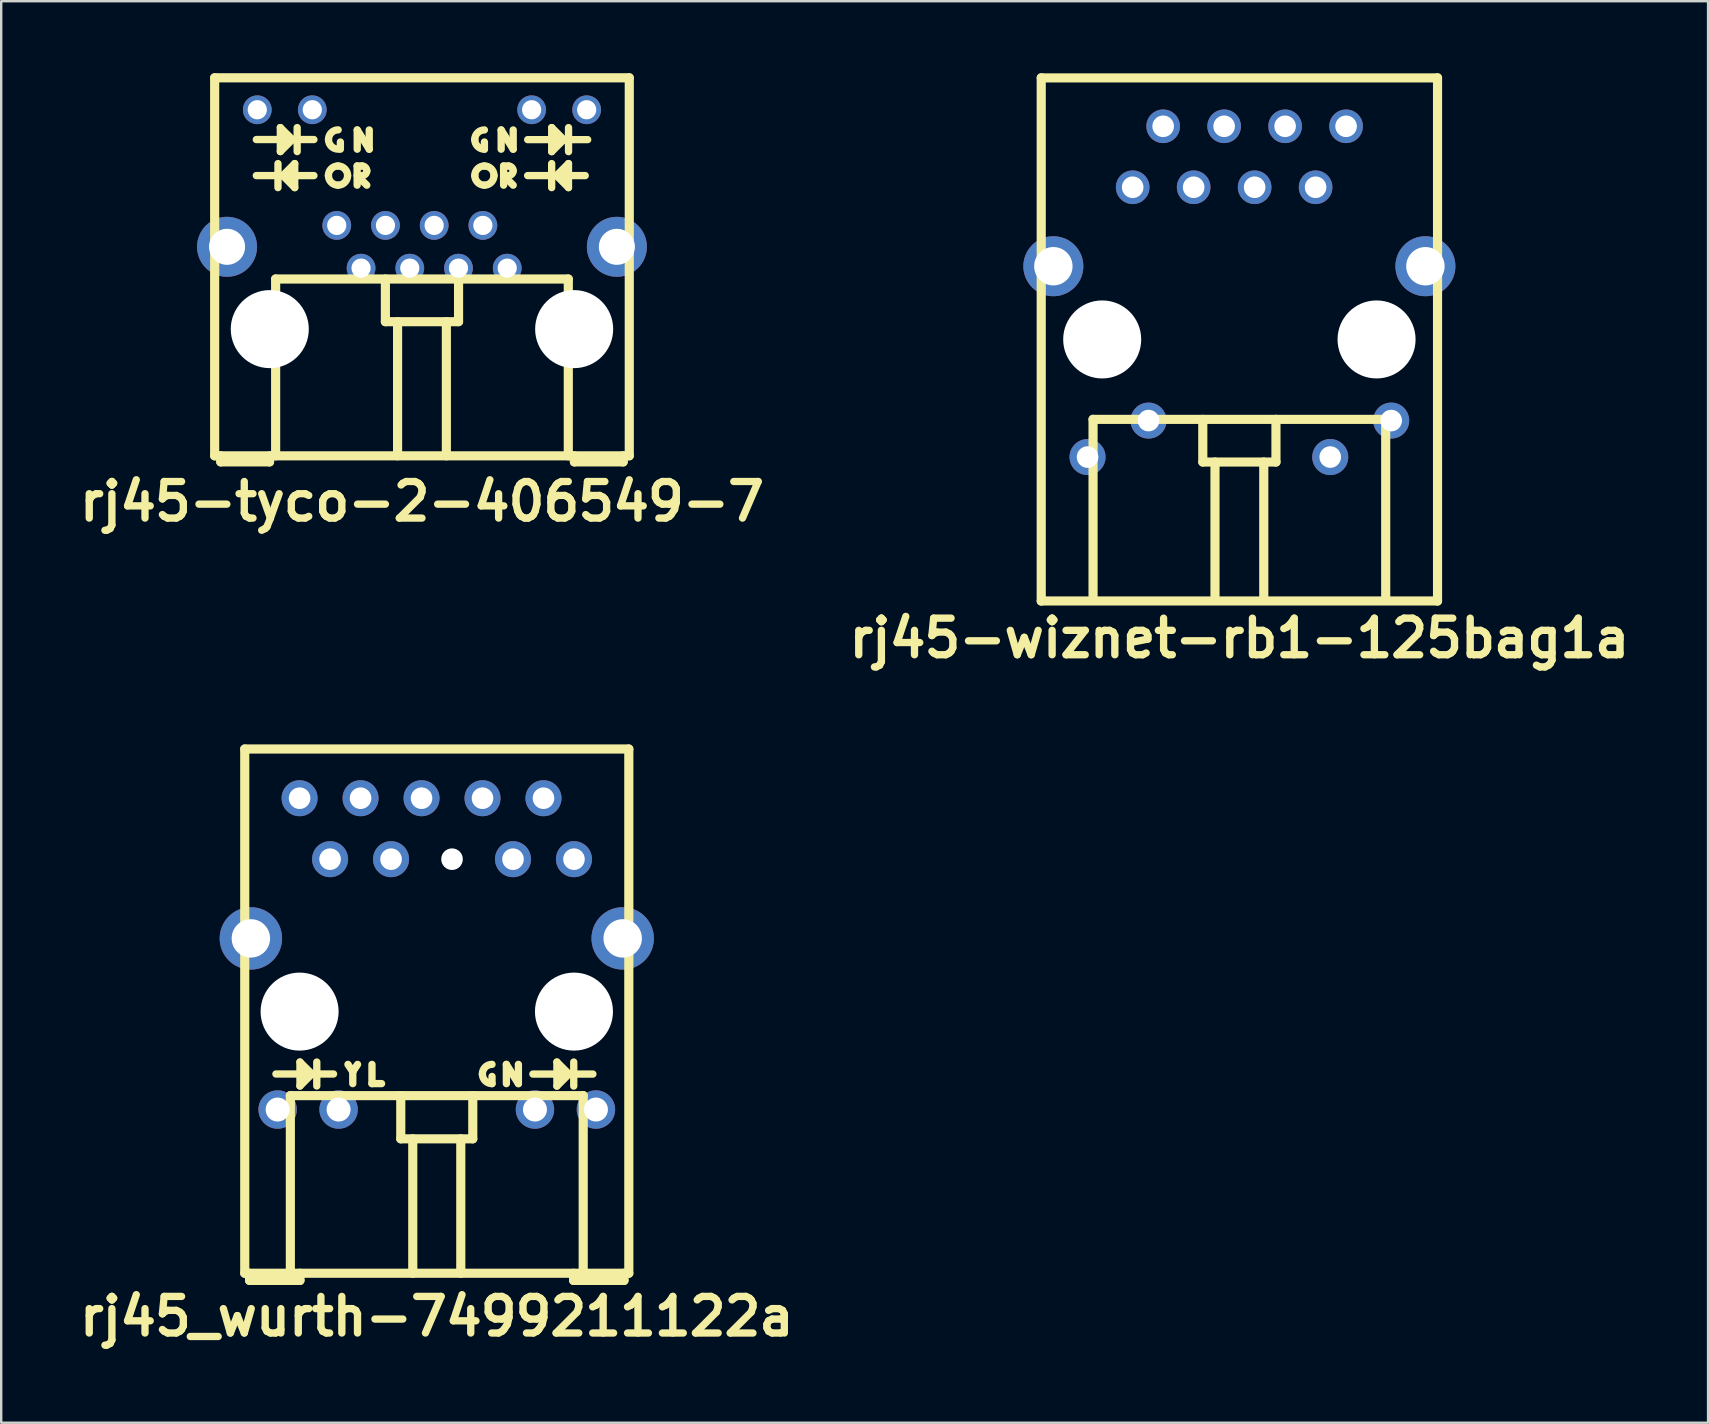
<source format=kicad_pcb>
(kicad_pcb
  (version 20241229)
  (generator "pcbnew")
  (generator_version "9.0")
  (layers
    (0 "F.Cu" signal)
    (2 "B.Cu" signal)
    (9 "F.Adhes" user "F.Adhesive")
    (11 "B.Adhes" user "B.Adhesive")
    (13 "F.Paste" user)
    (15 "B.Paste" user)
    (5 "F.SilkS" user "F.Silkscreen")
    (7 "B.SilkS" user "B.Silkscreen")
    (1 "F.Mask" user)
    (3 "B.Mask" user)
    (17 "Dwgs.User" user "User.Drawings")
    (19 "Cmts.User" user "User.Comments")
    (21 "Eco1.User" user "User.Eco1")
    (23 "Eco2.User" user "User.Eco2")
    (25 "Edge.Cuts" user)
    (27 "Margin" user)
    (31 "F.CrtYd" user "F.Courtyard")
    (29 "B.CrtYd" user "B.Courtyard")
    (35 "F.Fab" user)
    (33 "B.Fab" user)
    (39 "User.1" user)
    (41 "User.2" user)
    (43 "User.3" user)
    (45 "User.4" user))
  (footprint "rj45_wurth-7499211122a"
    (layer "F.Cu")
    (at 15.146 39.093)
    (property "Reference" "rj45_wurth-7499211122a" (at 0 12.7 0) (layer "F.SilkS") (effects (font (size 1.524 1.524) (thickness 0.305))))
    (attr through_hole)
    (fp_line (start -8 -10.94) (end 8 -10.94) (stroke (width 0.381) (type solid)) (layer "F.SilkS"))
    (fp_line (start -8 10.9) (end -8 -10.94) (stroke (width 0.381) (type solid)) (layer "F.SilkS"))
    (fp_line (start -7.8 11.2) (end -7.8 10.9) (stroke (width 0.381) (type solid)) (layer "F.SilkS"))
    (fp_line (start -7.8 11.2) (end -5.7 11.2) (stroke (width 0.381) (type solid)) (layer "F.SilkS"))
    (fp_line (start -6.701 2.599) (end -4.301 2.599) (stroke (width 0.305) (type solid)) (layer "F.SilkS"))
    (fp_line (start -6.1 3.5) (end 6.1 3.5) (stroke (width 0.381) (type solid)) (layer "F.SilkS"))
    (fp_line (start -6.1 10.9) (end -6.1 3.5) (stroke (width 0.381) (type solid)) (layer "F.SilkS"))
    (fp_line (start -5.7 2.101) (end -5.7 3.099) (stroke (width 0.305) (type solid)) (layer "F.SilkS"))
    (fp_line (start -5.7 3.099) (end -5.2 2.599) (stroke (width 0.305) (type solid)) (layer "F.SilkS"))
    (fp_line (start -5.7 11.2) (end -5.7 10.9) (stroke (width 0.381) (type solid)) (layer "F.SilkS"))
    (fp_line (start -5.2 2.599) (end -5.7 2.101) (stroke (width 0.305) (type solid)) (layer "F.SilkS"))
    (fp_line (start -4.999 2.101) (end -4.999 3.099) (stroke (width 0.305) (type solid)) (layer "F.SilkS"))
    (fp_line (start -3.7 2.2) (end -3.5 2.5) (stroke (width 0.305) (type solid)) (layer "F.SilkS"))
    (fp_line (start -3.5 2.5) (end -3.5 3) (stroke (width 0.305) (type solid)) (layer "F.SilkS"))
    (fp_line (start -3.5 2.5) (end -3.3 2.2) (stroke (width 0.305) (type solid)) (layer "F.SilkS"))
    (fp_line (start -2.7 2.2) (end -2.7 3) (stroke (width 0.305) (type solid)) (layer "F.SilkS"))
    (fp_line (start -2.7 3) (end -2.3 3) (stroke (width 0.305) (type solid)) (layer "F.SilkS"))
    (fp_line (start -1.5 5.3) (end -1.5 3.5) (stroke (width 0.381) (type solid)) (layer "F.SilkS"))
    (fp_line (start -1 10.9) (end -1 5.3) (stroke (width 0.381) (type solid)) (layer "F.SilkS"))
    (fp_line (start 1 5.3) (end 1 10.9) (stroke (width 0.381) (type solid)) (layer "F.SilkS"))
    (fp_line (start 1.5 3.5) (end 1.5 5.3) (stroke (width 0.381) (type solid)) (layer "F.SilkS"))
    (fp_line (start 1.5 5.3) (end -1.5 5.3) (stroke (width 0.381) (type solid)) (layer "F.SilkS"))
    (fp_line (start 2.301 3) (end 2.301 2.701) (stroke (width 0.305) (type solid)) (layer "F.SilkS"))
    (fp_line (start 2.899 2.2) (end 3.4 3) (stroke (width 0.305) (type solid)) (layer "F.SilkS"))
    (fp_line (start 2.899 3) (end 2.899 2.2) (stroke (width 0.305) (type solid)) (layer "F.SilkS"))
    (fp_line (start 3.4 3) (end 3.4 2.2) (stroke (width 0.305) (type solid)) (layer "F.SilkS"))
    (fp_line (start 4.004 2.602) (end 6.504 2.602) (stroke (width 0.305) (type solid)) (layer "F.SilkS"))
    (fp_line (start 5.005 2.101) (end 5.505 2.602) (stroke (width 0.305) (type solid)) (layer "F.SilkS"))
    (fp_line (start 5.005 3.102) (end 5.005 2.101) (stroke (width 0.305) (type solid)) (layer "F.SilkS"))
    (fp_line (start 5.505 2.602) (end 5.005 3.102) (stroke (width 0.305) (type solid)) (layer "F.SilkS"))
    (fp_line (start 5.7 11.2) (end 5.7 10.9) (stroke (width 0.381) (type solid)) (layer "F.SilkS"))
    (fp_line (start 5.7 11.2) (end 7.8 11.2) (stroke (width 0.381) (type solid)) (layer "F.SilkS"))
    (fp_line (start 5.706 2.101) (end 5.706 3.102) (stroke (width 0.305) (type solid)) (layer "F.SilkS"))
    (fp_line (start 6.1 3.5) (end 6.1 10.9) (stroke (width 0.381) (type solid)) (layer "F.SilkS"))
    (fp_line (start 7.8 11.2) (end 7.8 10.9) (stroke (width 0.381) (type solid)) (layer "F.SilkS"))
    (fp_line (start 8 -10.94) (end 8 10.9) (stroke (width 0.381) (type solid)) (layer "F.SilkS"))
    (fp_line (start 8 10.9) (end -8 10.9) (stroke (width 0.381) (type solid)) (layer "F.SilkS"))
    (fp_arc (start 1.89964 2.59902) (mid 2.017184 2.315244) (end 2.30096 2.1977) (stroke (width 0.3048) (type solid)) (layer "F.SilkS"))
    (fp_arc (start 2.30096 3.00034) (mid 2.017184 2.882796) (end 1.89964 2.59902) (stroke (width 0.3048) (type solid)) (layer "F.SilkS"))
    (pad "" np_thru_hole circle (at -5.715 0) (size 3.25 3.25) (drill 3.25) (layers "*.Cu"))
    (pad "" np_thru_hole circle (at 0.635 -6.35) (size 0.9 0.9) (drill 0.9) (layers "*.Cu"))
    (pad "" np_thru_hole circle (at 5.715 0) (size 3.25 3.25) (drill 3.25) (layers "*.Cu"))
    (pad "1" thru_hole circle (at -5.715 -8.89) (size 1.5 1.5) (drill 0.9) (layers "*.Cu" "*.Mask"))
    (pad "2" thru_hole circle (at -4.445 -6.35) (size 1.5 1.5) (drill 0.9) (layers "*.Cu" "*.Mask"))
    (pad "3" thru_hole circle (at -3.175 -8.89) (size 1.5 1.5) (drill 0.9) (layers "*.Cu" "*.Mask"))
    (pad "4" thru_hole circle (at -1.905 -6.35) (size 1.5 1.5) (drill 0.9) (layers "*.Cu" "*.Mask"))
    (pad "5" thru_hole circle (at -0.635 -8.89) (size 1.5 1.5) (drill 0.9) (layers "*.Cu" "*.Mask"))
    (pad "7" thru_hole circle (at 1.905 -8.89) (size 1.5 1.5) (drill 0.9) (layers "*.Cu" "*.Mask"))
    (pad "8" thru_hole circle (at 3.175 -6.35) (size 1.5 1.5) (drill 0.9) (layers "*.Cu" "*.Mask"))
    (pad "9" thru_hole circle (at 4.445 -8.89) (size 1.5 1.5) (drill 0.9) (layers "*.Cu" "*.Mask"))
    (pad "10" thru_hole circle (at 5.715 -6.35) (size 1.5 1.5) (drill 0.9) (layers "*.Cu" "*.Mask"))
    (pad "11" thru_hole circle (at -6.63 4.08) (size 1.6 1.6) (drill 1) (layers "*.Cu" "*.Mask"))
    (pad "12" thru_hole circle (at -4.09 4.08) (size 1.6 1.6) (drill 1) (layers "*.Cu" "*.Mask"))
    (pad "13" thru_hole circle (at 4.09 4.08) (size 1.6 1.6) (drill 1) (layers "*.Cu" "*.Mask"))
    (pad "14" thru_hole circle (at 6.63 4.08) (size 1.6 1.6) (drill 1) (layers "*.Cu" "*.Mask"))
    (pad "15" thru_hole circle (at -7.745 -3.05) (size 2.6 2.6) (drill 1.6) (layers "*.Cu" "*.Mask"))
    (pad "15" thru_hole circle (at 7.745 -3.05) (size 2.6 2.6) (drill 1.6) (layers "*.Cu" "*.Mask")))
  (footprint "rj45-wiznet-rb1-125bag1a"
    (layer "F.Cu")
    (at 48.582 11.091)
    (property "Reference" "rj45-wiznet-rb1-125bag1a" (at 0 12.446 0) (layer "F.SilkS") (effects (font (size 1.524 1.524) (thickness 0.305))))
    (attr through_hole)
    (fp_line (start -8.255 -10.895) (end 8.255 -10.895) (stroke (width 0.381) (type solid)) (layer "F.SilkS"))
    (fp_line (start -8.255 10.895) (end 8.255 10.895) (stroke (width 0.381) (type solid)) (layer "F.SilkS"))
    (fp_line (start -8.255 10.9) (end -8.255 -10.9) (stroke (width 0.381) (type solid)) (layer "F.SilkS"))
    (fp_line (start -6.096 3.329) (end -6.096 10.695) (stroke (width 0.381) (type solid)) (layer "F.SilkS"))
    (fp_line (start -6.096 3.329) (end 6.096 3.329) (stroke (width 0.381) (type solid)) (layer "F.SilkS"))
    (fp_line (start -1.524 5.107) (end -1.524 3.329) (stroke (width 0.381) (type solid)) (layer "F.SilkS"))
    (fp_line (start -1.016 10.695) (end -1.016 5.107) (stroke (width 0.381) (type solid)) (layer "F.SilkS"))
    (fp_line (start 1.016 5.107) (end 1.016 10.695) (stroke (width 0.381) (type solid)) (layer "F.SilkS"))
    (fp_line (start 1.524 3.329) (end 1.524 5.107) (stroke (width 0.381) (type solid)) (layer "F.SilkS"))
    (fp_line (start 1.524 5.107) (end -1.524 5.107) (stroke (width 0.381) (type solid)) (layer "F.SilkS"))
    (fp_line (start 6.096 3.329) (end 6.096 10.695) (stroke (width 0.381) (type solid)) (layer "F.SilkS"))
    (fp_line (start 8.255 -10.9) (end 8.255 10.9) (stroke (width 0.381) (type solid)) (layer "F.SilkS"))
    (pad "" np_thru_hole circle (at -5.715 0) (size 3.25 3.25) (drill 3.25) (layers "*.Cu"))
    (pad "" np_thru_hole circle (at 5.715 0) (size 3.25 3.25) (drill 3.25) (layers "*.Cu"))
    (pad "1" thru_hole circle (at -4.445 -6.34) (size 1.4 1.4) (drill 0.9) (layers "*.Cu" "*.Mask"))
    (pad "2" thru_hole circle (at -3.175 -8.88) (size 1.4 1.4) (drill 0.9) (layers "*.Cu" "*.Mask"))
    (pad "3" thru_hole circle (at -1.905 -6.34) (size 1.4 1.4) (drill 0.9) (layers "*.Cu" "*.Mask"))
    (pad "4" thru_hole circle (at -0.635 -8.88) (size 1.4 1.4) (drill 0.9) (layers "*.Cu" "*.Mask"))
    (pad "5" thru_hole circle (at 0.635 -6.34) (size 1.4 1.4) (drill 0.9) (layers "*.Cu" "*.Mask"))
    (pad "6" thru_hole circle (at 1.905 -8.88) (size 1.4 1.4) (drill 0.9) (layers "*.Cu" "*.Mask"))
    (pad "7" thru_hole circle (at 3.175 -6.34) (size 1.4 1.4) (drill 0.9) (layers "*.Cu" "*.Mask"))
    (pad "8" thru_hole circle (at 4.445 -8.88) (size 1.4 1.4) (drill 0.9) (layers "*.Cu" "*.Mask"))
    (pad "9" thru_hole circle (at 6.325 3.38) (size 1.5 1.5) (drill 0.9) (layers "*.Cu" "*.Mask"))
    (pad "10" thru_hole circle (at 3.785 4.9) (size 1.5 1.5) (drill 0.9) (layers "*.Cu" "*.Mask"))
    (pad "11" thru_hole circle (at -3.785 3.38) (size 1.5 1.5) (drill 0.9) (layers "*.Cu" "*.Mask"))
    (pad "12" thru_hole circle (at -6.325 4.9) (size 1.5 1.5) (drill 0.9) (layers "*.Cu" "*.Mask"))
    (pad "13" thru_hole circle (at -7.75 -3.05) (size 2.5 2.5) (drill 1.6) (layers "*.Cu" "*.Mask"))
    (pad "13" thru_hole circle (at 7.75 -3.05) (size 2.5 2.5) (drill 1.6) (layers "*.Cu" "*.Mask")))
  (footprint "rj45-tyco-2-406549-7"
    (layer "F.Cu")
    (at 14.529 8.065)
    (property "Reference" "rj45-tyco-2-406549-7" (at 0 9.779 0) (layer "F.SilkS") (effects (font (size 1.524 1.524) (thickness 0.305))))
    (attr through_hole)
    (fp_line (start -8.636 -7.874) (end 8.636 -7.874) (stroke (width 0.381) (type solid)) (layer "F.SilkS"))
    (fp_line (start -8.636 7.874) (end -8.636 -7.874) (stroke (width 0.381) (type solid)) (layer "F.SilkS"))
    (fp_line (start -8.382 7.874) (end -8.382 8.128) (stroke (width 0.381) (type solid)) (layer "F.SilkS"))
    (fp_line (start -8.382 8.128) (end -6.35 8.128) (stroke (width 0.381) (type solid)) (layer "F.SilkS"))
    (fp_line (start -6.901 -5.301) (end -4.501 -5.301) (stroke (width 0.305) (type solid)) (layer "F.SilkS"))
    (fp_line (start -6.901 -3.8) (end -4.501 -3.8) (stroke (width 0.305) (type solid)) (layer "F.SilkS"))
    (fp_line (start -6.35 8.128) (end -6.35 7.874) (stroke (width 0.381) (type solid)) (layer "F.SilkS"))
    (fp_line (start -6.096 0.508) (end 6.096 0.508) (stroke (width 0.381) (type solid)) (layer "F.SilkS"))
    (fp_line (start -6.096 7.874) (end -6.096 0.508) (stroke (width 0.381) (type solid)) (layer "F.SilkS"))
    (fp_line (start -5.999 -4.3) (end -5.999 -3.299) (stroke (width 0.305) (type solid)) (layer "F.SilkS"))
    (fp_line (start -5.9 -5.799) (end -5.9 -4.801) (stroke (width 0.305) (type solid)) (layer "F.SilkS"))
    (fp_line (start -5.9 -4.801) (end -5.4 -5.301) (stroke (width 0.305) (type solid)) (layer "F.SilkS"))
    (fp_line (start -5.799 -3.8) (end -5.301 -3.299) (stroke (width 0.305) (type solid)) (layer "F.SilkS"))
    (fp_line (start -5.4 -5.301) (end -5.9 -5.799) (stroke (width 0.305) (type solid)) (layer "F.SilkS"))
    (fp_line (start -5.301 -4.3) (end -5.799 -3.8) (stroke (width 0.305) (type solid)) (layer "F.SilkS"))
    (fp_line (start -5.301 -3.299) (end -5.301 -4.3) (stroke (width 0.305) (type solid)) (layer "F.SilkS"))
    (fp_line (start -5.199 -5.799) (end -5.199 -4.801) (stroke (width 0.305) (type solid)) (layer "F.SilkS"))
    (fp_line (start -3.399 -5.199) (end -3.399 -4.9) (stroke (width 0.305) (type solid)) (layer "F.SilkS"))
    (fp_line (start -2.7 -3.8) (end -2.299 -3.401) (stroke (width 0.305) (type solid)) (layer "F.SilkS"))
    (fp_line (start -2.7 -3.401) (end -2.7 -4.201) (stroke (width 0.305) (type solid)) (layer "F.SilkS"))
    (fp_line (start -2.697 -5.7) (end -2.197 -4.9) (stroke (width 0.305) (type solid)) (layer "F.SilkS"))
    (fp_line (start -2.697 -4.9) (end -2.697 -5.7) (stroke (width 0.305) (type solid)) (layer "F.SilkS"))
    (fp_line (start -2.499 -4.201) (end -2.7 -4.201) (stroke (width 0.305) (type solid)) (layer "F.SilkS"))
    (fp_line (start -2.197 -4.9) (end -2.197 -5.7) (stroke (width 0.305) (type solid)) (layer "F.SilkS"))
    (fp_line (start -1.524 2.286) (end -1.524 0.508) (stroke (width 0.381) (type solid)) (layer "F.SilkS"))
    (fp_line (start -1.016 7.874) (end -1.016 2.286) (stroke (width 0.381) (type solid)) (layer "F.SilkS"))
    (fp_line (start 1.016 2.286) (end 1.016 7.874) (stroke (width 0.381) (type solid)) (layer "F.SilkS"))
    (fp_line (start 1.524 0.508) (end 1.524 2.286) (stroke (width 0.381) (type solid)) (layer "F.SilkS"))
    (fp_line (start 1.524 2.286) (end -1.524 2.286) (stroke (width 0.381) (type solid)) (layer "F.SilkS"))
    (fp_line (start 2.601 -4.9) (end 2.601 -5.199) (stroke (width 0.305) (type solid)) (layer "F.SilkS"))
    (fp_line (start 3.299 -5.7) (end 3.8 -4.9) (stroke (width 0.305) (type solid)) (layer "F.SilkS"))
    (fp_line (start 3.299 -4.9) (end 3.299 -5.7) (stroke (width 0.305) (type solid)) (layer "F.SilkS"))
    (fp_line (start 3.401 -3.401) (end 3.401 -4.201) (stroke (width 0.305) (type solid)) (layer "F.SilkS"))
    (fp_line (start 3.599 -4.201) (end 3.401 -4.201) (stroke (width 0.305) (type solid)) (layer "F.SilkS"))
    (fp_line (start 3.8 -4.9) (end 3.8 -5.7) (stroke (width 0.305) (type solid)) (layer "F.SilkS"))
    (fp_line (start 3.8 -3.401) (end 3.401 -3.8) (stroke (width 0.305) (type solid)) (layer "F.SilkS"))
    (fp_line (start 4.402 -3.8) (end 6.802 -3.8) (stroke (width 0.305) (type solid)) (layer "F.SilkS"))
    (fp_line (start 4.404 -5.298) (end 6.904 -5.298) (stroke (width 0.305) (type solid)) (layer "F.SilkS"))
    (fp_line (start 5.403 -4.3) (end 5.403 -3.299) (stroke (width 0.305) (type solid)) (layer "F.SilkS"))
    (fp_line (start 5.405 -5.799) (end 5.905 -5.298) (stroke (width 0.305) (type solid)) (layer "F.SilkS"))
    (fp_line (start 5.405 -4.798) (end 5.405 -5.799) (stroke (width 0.305) (type solid)) (layer "F.SilkS"))
    (fp_line (start 5.603 -3.8) (end 6.104 -4.3) (stroke (width 0.305) (type solid)) (layer "F.SilkS"))
    (fp_line (start 5.905 -5.298) (end 5.405 -4.798) (stroke (width 0.305) (type solid)) (layer "F.SilkS"))
    (fp_line (start 6.096 0.508) (end 6.096 7.874) (stroke (width 0.381) (type solid)) (layer "F.SilkS"))
    (fp_line (start 6.104 -4.3) (end 6.104 -3.299) (stroke (width 0.305) (type solid)) (layer "F.SilkS"))
    (fp_line (start 6.104 -3.299) (end 5.603 -3.8) (stroke (width 0.305) (type solid)) (layer "F.SilkS"))
    (fp_line (start 6.106 -5.799) (end 6.106 -4.798) (stroke (width 0.305) (type solid)) (layer "F.SilkS"))
    (fp_line (start 6.35 7.874) (end 6.35 8.128) (stroke (width 0.381) (type solid)) (layer "F.SilkS"))
    (fp_line (start 6.35 8.128) (end 8.382 8.128) (stroke (width 0.381) (type solid)) (layer "F.SilkS"))
    (fp_line (start 8.382 8.128) (end 8.382 7.874) (stroke (width 0.381) (type solid)) (layer "F.SilkS"))
    (fp_line (start 8.636 -7.874) (end 8.636 7.874) (stroke (width 0.381) (type solid)) (layer "F.SilkS"))
    (fp_line (start 8.636 7.874) (end -8.636 7.874) (stroke (width 0.381) (type solid)) (layer "F.SilkS"))
    (fp_arc (start -3.8989 -3.79984) (mid -3.781356 -4.083616) (end -3.49758 -4.20116) (stroke (width 0.3048) (type solid)) (layer "F.SilkS"))
    (fp_arc (start -3.89382 -5.30352) (mid -3.776276 -5.587296) (end -3.4925 -5.70484) (stroke (width 0.3048) (type solid)) (layer "F.SilkS"))
    (fp_arc (start -3.50012 -4.20116) (mid -3.216344 -4.083616) (end -3.0988 -3.79984) (stroke (width 0.3048) (type solid)) (layer "F.SilkS"))
    (fp_arc (start -3.49758 -3.40106) (mid -3.77956 -3.51786) (end -3.89636 -3.79984) (stroke (width 0.3048) (type solid)) (layer "F.SilkS"))
    (fp_arc (start -3.4925 -4.9022) (mid -3.776276 -5.019744) (end -3.89382 -5.30352) (stroke (width 0.3048) (type solid)) (layer "F.SilkS"))
    (fp_arc (start -3.0988 -3.79984) (mid -3.2156 -3.51786) (end -3.49758 -3.40106) (stroke (width 0.3048) (type solid)) (layer "F.SilkS"))
    (fp_arc (start -2.49936 -4.20116) (mid -2.357472 -4.142388) (end -2.2987 -4.0005) (stroke (width 0.3048) (type solid)) (layer "F.SilkS"))
    (fp_arc (start -2.2987 -4.0005) (mid -2.357472 -3.858612) (end -2.49936 -3.79984) (stroke (width 0.3048) (type solid)) (layer "F.SilkS"))
    (fp_arc (start 2.19964 -5.30098) (mid 2.317184 -5.584756) (end 2.60096 -5.7023) (stroke (width 0.3048) (type solid)) (layer "F.SilkS"))
    (fp_arc (start 2.19964 -3.79984) (mid 2.317184 -4.083616) (end 2.60096 -4.20116) (stroke (width 0.3048) (type solid)) (layer "F.SilkS"))
    (fp_arc (start 2.60096 -4.89966) (mid 2.317184 -5.017204) (end 2.19964 -5.30098) (stroke (width 0.3048) (type solid)) (layer "F.SilkS"))
    (fp_arc (start 2.60096 -4.20116) (mid 2.884736 -4.083616) (end 3.00228 -3.79984) (stroke (width 0.3048) (type solid)) (layer "F.SilkS"))
    (fp_arc (start 2.60096 -3.40106) (mid 2.31898 -3.51786) (end 2.20218 -3.79984) (stroke (width 0.3048) (type solid)) (layer "F.SilkS"))
    (fp_arc (start 2.99974 -3.79984) (mid 2.88294 -3.51786) (end 2.60096 -3.40106) (stroke (width 0.3048) (type solid)) (layer "F.SilkS"))
    (fp_arc (start 3.59918 -4.20116) (mid 3.741068 -4.142388) (end 3.79984 -4.0005) (stroke (width 0.3048) (type solid)) (layer "F.SilkS"))
    (fp_arc (start 3.79984 -4.0005) (mid 3.741068 -3.858612) (end 3.59918 -3.79984) (stroke (width 0.3048) (type solid)) (layer "F.SilkS"))
    (pad "" thru_hole circle (at -8.12 -0.833) (size 2.499 2.499) (drill 1.501) (layers "*.Cu" "*.Mask"))
    (pad "" np_thru_hole circle (at -6.34 2.596) (size 3.251 3.251) (drill 3.251) (layers "*.Cu"))
    (pad "" np_thru_hole circle (at 6.34 2.596) (size 3.251 3.251) (drill 3.251) (layers "*.Cu"))
    (pad "" thru_hole circle (at 8.12 -0.833) (size 2.499 2.499) (drill 1.501) (layers "*.Cu" "*.Mask"))
    (pad "1" thru_hole circle (at 3.551 0.056) (size 1.199 1.199) (drill 0.8) (layers "*.Cu" "*.Mask"))
    (pad "2" thru_hole circle (at 2.537 -1.725) (size 1.199 1.199) (drill 0.8) (layers "*.Cu" "*.Mask"))
    (pad "3" thru_hole circle (at 1.521 0.056) (size 1.199 1.199) (drill 0.8) (layers "*.Cu" "*.Mask"))
    (pad "4" thru_hole circle (at 0.508 -1.725) (size 1.199 1.199) (drill 0.8) (layers "*.Cu" "*.Mask"))
    (pad "5" thru_hole circle (at -0.508 0.056) (size 1.199 1.199) (drill 0.8) (layers "*.Cu" "*.Mask"))
    (pad "6" thru_hole circle (at -1.521 -1.725) (size 1.199 1.199) (drill 0.8) (layers "*.Cu" "*.Mask"))
    (pad "7" thru_hole circle (at -2.537 0.056) (size 1.199 1.199) (drill 0.8) (layers "*.Cu" "*.Mask"))
    (pad "8" thru_hole circle (at -3.551 -1.725) (size 1.199 1.199) (drill 0.8) (layers "*.Cu" "*.Mask"))
    (pad "9" thru_hole circle (at 6.861 -6.543) (size 1.199 1.199) (drill 0.8) (layers "*.Cu" "*.Mask"))
    (pad "10" thru_hole circle (at 4.569 -6.543) (size 1.199 1.199) (drill 0.8) (layers "*.Cu" "*.Mask"))
    (pad "11" thru_hole circle (at -4.569 -6.543) (size 1.199 1.199) (drill 0.8) (layers "*.Cu" "*.Mask"))
    (pad "12" thru_hole circle (at -6.861 -6.543) (size 1.199 1.199) (drill 0.8) (layers "*.Cu" "*.Mask")))
  (gr_rect
    (start -3 -3)
    (end 68.107 56.22)
    (stroke (width 0.1) (type default))
    (fill no)
    (layer "Edge.Cuts")))
</source>
